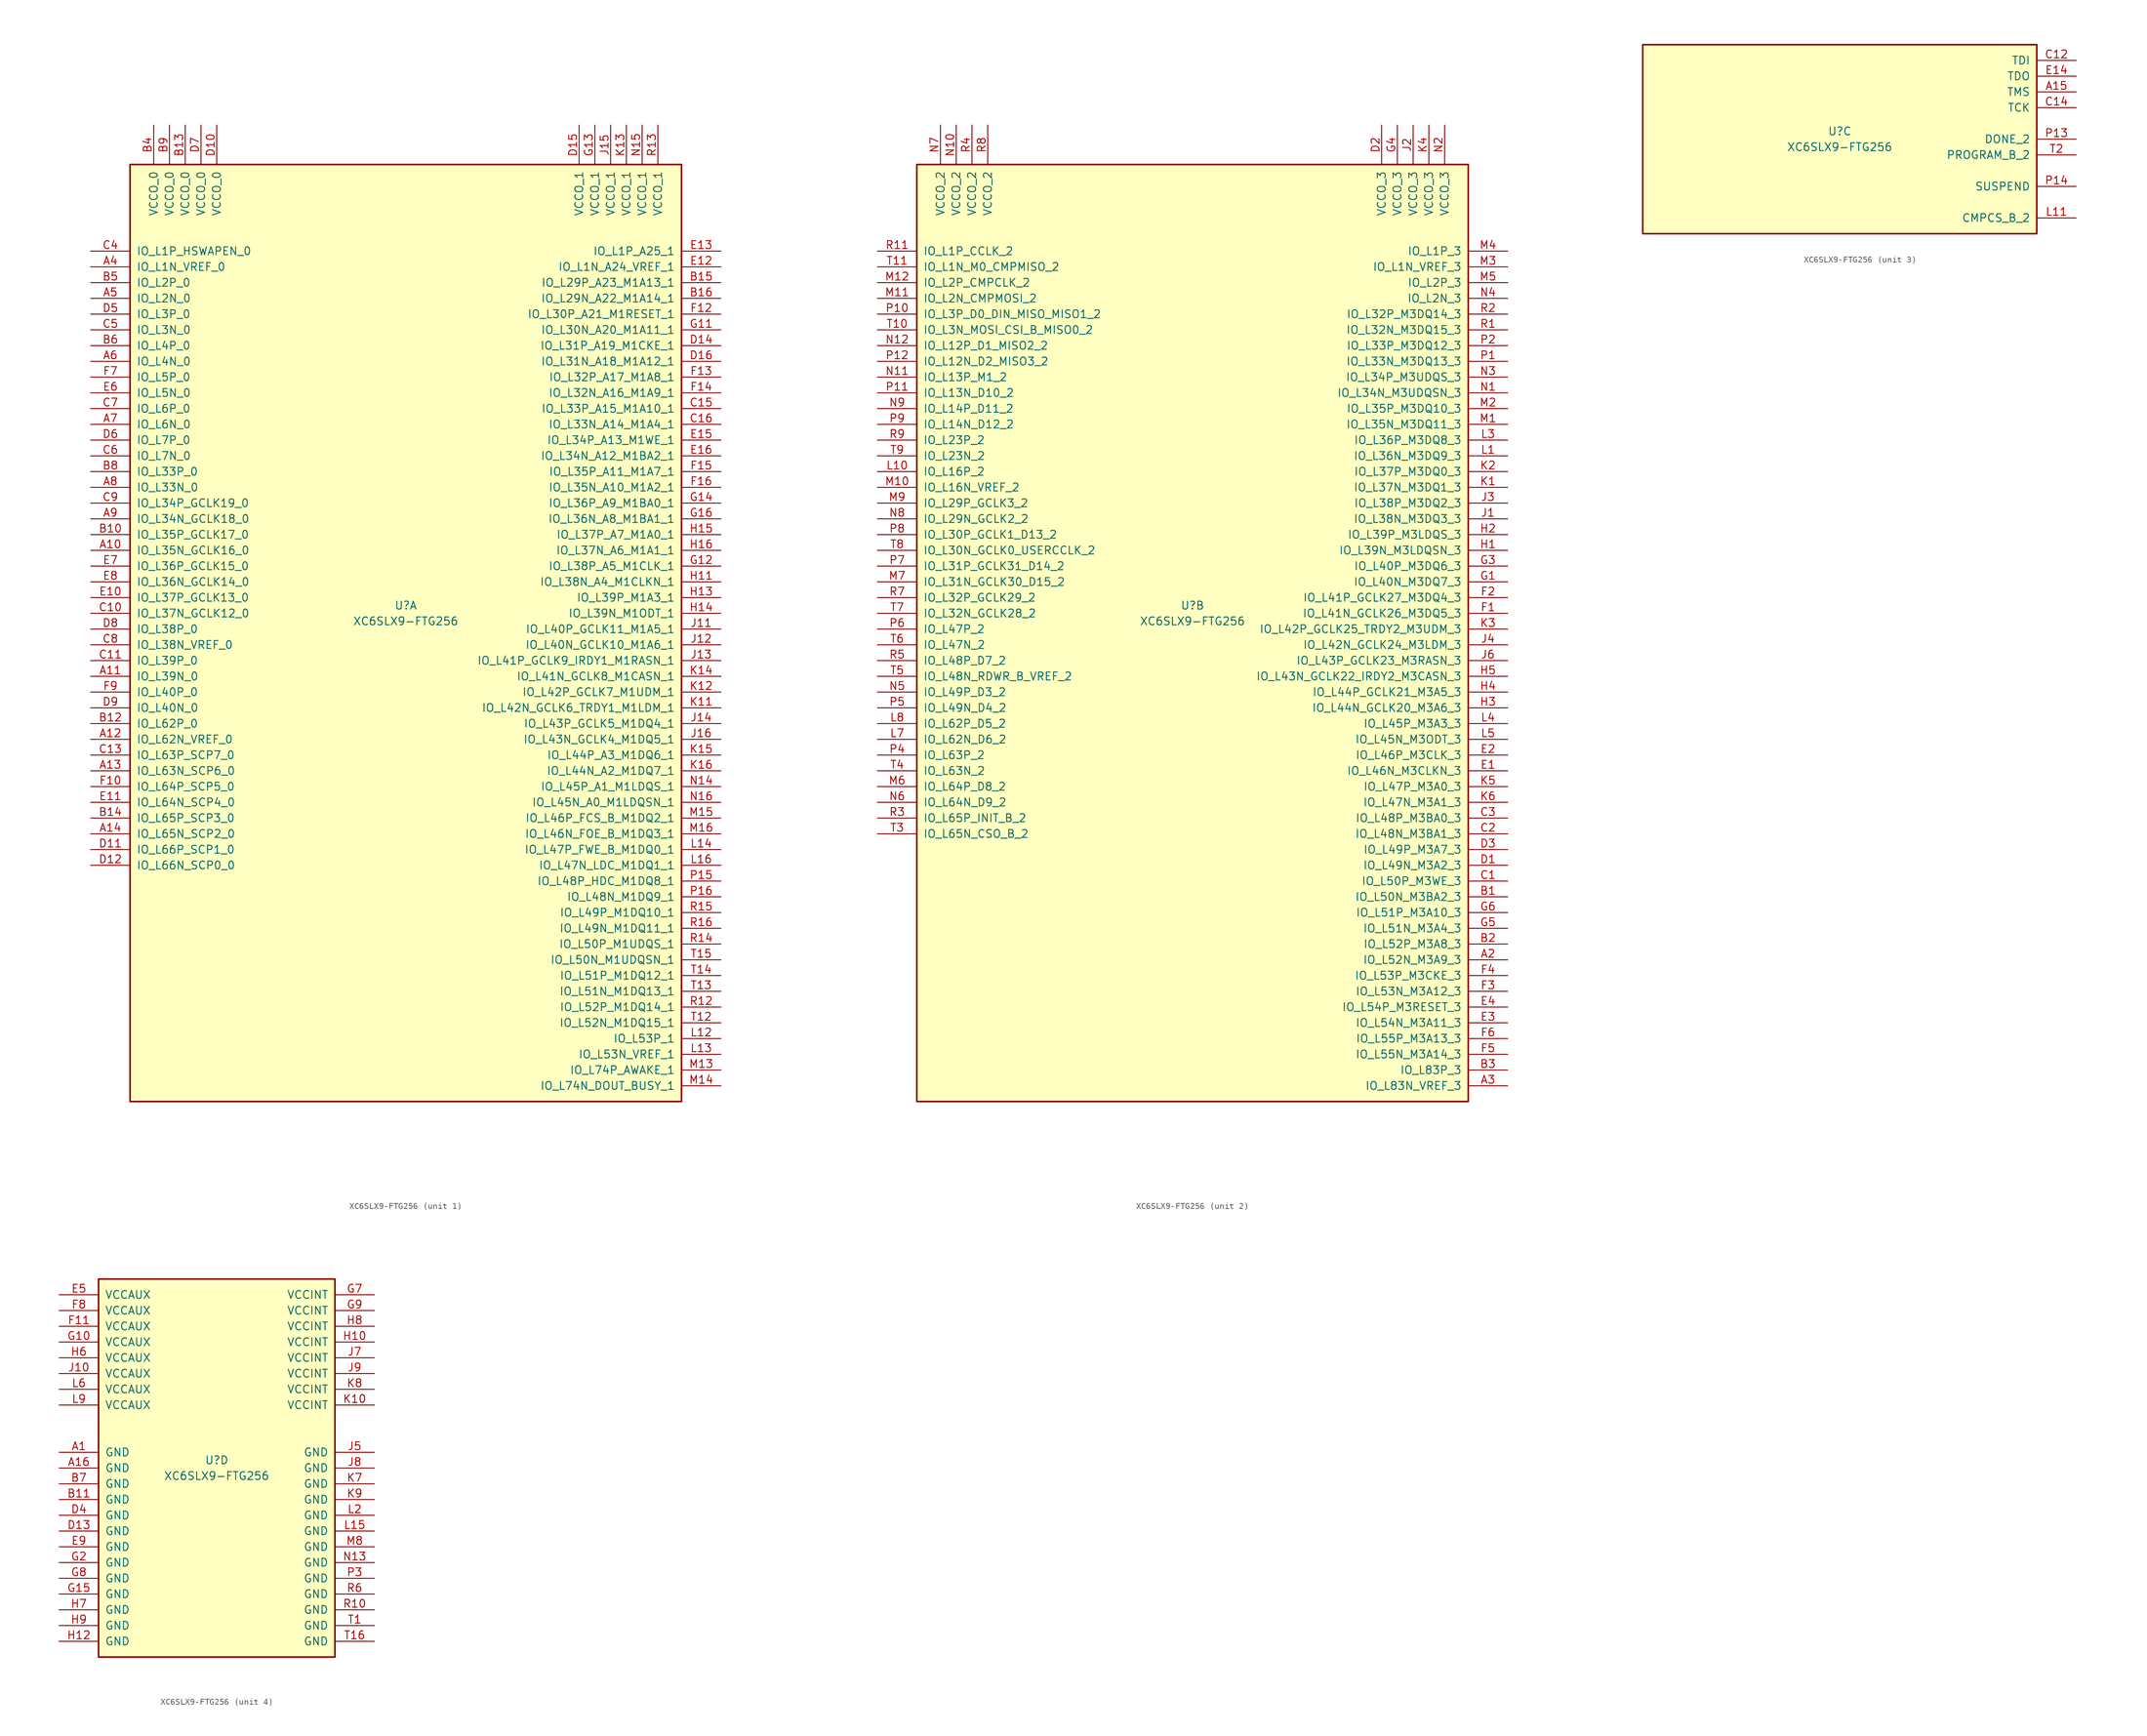
<source format=kicad_sym>
(kicad_symbol_lib
  (version 20201005)
  (generator kicad_symbol_editor)
  (symbol "FPGA_Xilinx_Spartan6:XC6SLX9-FTG256"
    (pin_names
      (offset 1.016))
    (property "Reference" "U"
      (at 0 1.27 0)
      (effects (font (size 1.27 1.27))))
    (property "Value" "XC6SLX9-FTG256"
      (at 0 -1.27 0)
      (effects (font (size 1.27 1.27))))
    (property "Datasheet" ""
      (at 0 0 0)
      (effects (font (size 1.27 1.27))))
    (property "ki_locked" ""
      (at 0 0 0)
      (effects (font (size 1.27 1.27))))
    (symbol "XC6SLX9-FTG256_1_1"
      (rectangle (start -44.45 72.39) (end 44.45 -78.74) (stroke (width 0.254)) (fill (type background)))
      (pin power_in line (at -40.64 78.74 270) (length 6.35) (name "VCCO_0" (effects (font (size 1.27 1.27)))) (number "B4" (effects (font (size 1.27 1.27)))))
      (pin power_in line (at -38.1 78.74 270) (length 6.35) (name "VCCO_0" (effects (font (size 1.27 1.27)))) (number "B9" (effects (font (size 1.27 1.27)))))
      (pin power_in line (at -35.56 78.74 270) (length 6.35) (name "VCCO_0" (effects (font (size 1.27 1.27)))) (number "B13" (effects (font (size 1.27 1.27)))))
      (pin power_in line (at -33.02 78.74 270) (length 6.35) (name "VCCO_0" (effects (font (size 1.27 1.27)))) (number "D7" (effects (font (size 1.27 1.27)))))
      (pin power_in line (at -30.48 78.74 270) (length 6.35) (name "VCCO_0" (effects (font (size 1.27 1.27)))) (number "D10" (effects (font (size 1.27 1.27)))))
      (pin bidirectional line (at -50.8 58.42 0) (length 6.35) (name "IO_L1P_HSWAPEN_0" (effects (font (size 1.27 1.27)))) (number "C4" (effects (font (size 1.27 1.27)))))
      (pin bidirectional line (at -50.8 55.88 0) (length 6.35) (name "IO_L1N_VREF_0" (effects (font (size 1.27 1.27)))) (number "A4" (effects (font (size 1.27 1.27)))))
      (pin bidirectional line (at -50.8 53.34 0) (length 6.35) (name "IO_L2P_0" (effects (font (size 1.27 1.27)))) (number "B5" (effects (font (size 1.27 1.27)))))
      (pin bidirectional line (at -50.8 50.8 0) (length 6.35) (name "IO_L2N_0" (effects (font (size 1.27 1.27)))) (number "A5" (effects (font (size 1.27 1.27)))))
      (pin bidirectional line (at -50.8 48.26 0) (length 6.35) (name "IO_L3P_0" (effects (font (size 1.27 1.27)))) (number "D5" (effects (font (size 1.27 1.27)))))
      (pin bidirectional line (at -50.8 45.72 0) (length 6.35) (name "IO_L3N_0" (effects (font (size 1.27 1.27)))) (number "C5" (effects (font (size 1.27 1.27)))))
      (pin bidirectional line (at -50.8 43.18 0) (length 6.35) (name "IO_L4P_0" (effects (font (size 1.27 1.27)))) (number "B6" (effects (font (size 1.27 1.27)))))
      (pin bidirectional line (at -50.8 40.64 0) (length 6.35) (name "IO_L4N_0" (effects (font (size 1.27 1.27)))) (number "A6" (effects (font (size 1.27 1.27)))))
      (pin bidirectional line (at -50.8 38.1 0) (length 6.35) (name "IO_L5P_0" (effects (font (size 1.27 1.27)))) (number "F7" (effects (font (size 1.27 1.27)))))
      (pin bidirectional line (at -50.8 35.56 0) (length 6.35) (name "IO_L5N_0" (effects (font (size 1.27 1.27)))) (number "E6" (effects (font (size 1.27 1.27)))))
      (pin bidirectional line (at -50.8 33.02 0) (length 6.35) (name "IO_L6P_0" (effects (font (size 1.27 1.27)))) (number "C7" (effects (font (size 1.27 1.27)))))
      (pin bidirectional line (at -50.8 30.48 0) (length 6.35) (name "IO_L6N_0" (effects (font (size 1.27 1.27)))) (number "A7" (effects (font (size 1.27 1.27)))))
      (pin bidirectional line (at -50.8 27.94 0) (length 6.35) (name "IO_L7P_0" (effects (font (size 1.27 1.27)))) (number "D6" (effects (font (size 1.27 1.27)))))
      (pin bidirectional line (at -50.8 25.4 0) (length 6.35) (name "IO_L7N_0" (effects (font (size 1.27 1.27)))) (number "C6" (effects (font (size 1.27 1.27)))))
      (pin bidirectional line (at -50.8 22.86 0) (length 6.35) (name "IO_L33P_0" (effects (font (size 1.27 1.27)))) (number "B8" (effects (font (size 1.27 1.27)))))
      (pin bidirectional line (at -50.8 20.32 0) (length 6.35) (name "IO_L33N_0" (effects (font (size 1.27 1.27)))) (number "A8" (effects (font (size 1.27 1.27)))))
      (pin bidirectional line (at -50.8 17.78 0) (length 6.35) (name "IO_L34P_GCLK19_0" (effects (font (size 1.27 1.27)))) (number "C9" (effects (font (size 1.27 1.27)))))
      (pin bidirectional line (at -50.8 15.24 0) (length 6.35) (name "IO_L34N_GCLK18_0" (effects (font (size 1.27 1.27)))) (number "A9" (effects (font (size 1.27 1.27)))))
      (pin bidirectional line (at -50.8 12.7 0) (length 6.35) (name "IO_L35P_GCLK17_0" (effects (font (size 1.27 1.27)))) (number "B10" (effects (font (size 1.27 1.27)))))
      (pin bidirectional line (at -50.8 10.16 0) (length 6.35) (name "IO_L35N_GCLK16_0" (effects (font (size 1.27 1.27)))) (number "A10" (effects (font (size 1.27 1.27)))))
      (pin bidirectional line (at -50.8 7.62 0) (length 6.35) (name "IO_L36P_GCLK15_0" (effects (font (size 1.27 1.27)))) (number "E7" (effects (font (size 1.27 1.27)))))
      (pin bidirectional line (at -50.8 5.08 0) (length 6.35) (name "IO_L36N_GCLK14_0" (effects (font (size 1.27 1.27)))) (number "E8" (effects (font (size 1.27 1.27)))))
      (pin bidirectional line (at -50.8 2.54 0) (length 6.35) (name "IO_L37P_GCLK13_0" (effects (font (size 1.27 1.27)))) (number "E10" (effects (font (size 1.27 1.27)))))
      (pin bidirectional line (at -50.8 0 0) (length 6.35) (name "IO_L37N_GCLK12_0" (effects (font (size 1.27 1.27)))) (number "C10" (effects (font (size 1.27 1.27)))))
      (pin bidirectional line (at -50.8 -2.54 0) (length 6.35) (name "IO_L38P_0" (effects (font (size 1.27 1.27)))) (number "D8" (effects (font (size 1.27 1.27)))))
      (pin bidirectional line (at -50.8 -5.08 0) (length 6.35) (name "IO_L38N_VREF_0" (effects (font (size 1.27 1.27)))) (number "C8" (effects (font (size 1.27 1.27)))))
      (pin bidirectional line (at -50.8 -7.62 0) (length 6.35) (name "IO_L39P_0" (effects (font (size 1.27 1.27)))) (number "C11" (effects (font (size 1.27 1.27)))))
      (pin bidirectional line (at -50.8 -10.16 0) (length 6.35) (name "IO_L39N_0" (effects (font (size 1.27 1.27)))) (number "A11" (effects (font (size 1.27 1.27)))))
      (pin bidirectional line (at -50.8 -12.7 0) (length 6.35) (name "IO_L40P_0" (effects (font (size 1.27 1.27)))) (number "F9" (effects (font (size 1.27 1.27)))))
      (pin bidirectional line (at -50.8 -15.24 0) (length 6.35) (name "IO_L40N_0" (effects (font (size 1.27 1.27)))) (number "D9" (effects (font (size 1.27 1.27)))))
      (pin bidirectional line (at -50.8 -17.78 0) (length 6.35) (name "IO_L62P_0" (effects (font (size 1.27 1.27)))) (number "B12" (effects (font (size 1.27 1.27)))))
      (pin bidirectional line (at -50.8 -20.32 0) (length 6.35) (name "IO_L62N_VREF_0" (effects (font (size 1.27 1.27)))) (number "A12" (effects (font (size 1.27 1.27)))))
      (pin bidirectional line (at -50.8 -22.86 0) (length 6.35) (name "IO_L63P_SCP7_0" (effects (font (size 1.27 1.27)))) (number "C13" (effects (font (size 1.27 1.27)))))
      (pin bidirectional line (at -50.8 -25.4 0) (length 6.35) (name "IO_L63N_SCP6_0" (effects (font (size 1.27 1.27)))) (number "A13" (effects (font (size 1.27 1.27)))))
      (pin bidirectional line (at -50.8 -27.94 0) (length 6.35) (name "IO_L64P_SCP5_0" (effects (font (size 1.27 1.27)))) (number "F10" (effects (font (size 1.27 1.27)))))
      (pin bidirectional line (at -50.8 -30.48 0) (length 6.35) (name "IO_L64N_SCP4_0" (effects (font (size 1.27 1.27)))) (number "E11" (effects (font (size 1.27 1.27)))))
      (pin bidirectional line (at -50.8 -33.02 0) (length 6.35) (name "IO_L65P_SCP3_0" (effects (font (size 1.27 1.27)))) (number "B14" (effects (font (size 1.27 1.27)))))
      (pin bidirectional line (at -50.8 -35.56 0) (length 6.35) (name "IO_L65N_SCP2_0" (effects (font (size 1.27 1.27)))) (number "A14" (effects (font (size 1.27 1.27)))))
      (pin bidirectional line (at -50.8 -38.1 0) (length 6.35) (name "IO_L66P_SCP1_0" (effects (font (size 1.27 1.27)))) (number "D11" (effects (font (size 1.27 1.27)))))
      (pin bidirectional line (at -50.8 -40.64 0) (length 6.35) (name "IO_L66N_SCP0_0" (effects (font (size 1.27 1.27)))) (number "D12" (effects (font (size 1.27 1.27)))))
      (pin power_in line (at 27.94 78.74 270) (length 6.35) (name "VCCO_1" (effects (font (size 1.27 1.27)))) (number "D15" (effects (font (size 1.27 1.27)))))
      (pin power_in line (at 30.48 78.74 270) (length 6.35) (name "VCCO_1" (effects (font (size 1.27 1.27)))) (number "G13" (effects (font (size 1.27 1.27)))))
      (pin power_in line (at 33.02 78.74 270) (length 6.35) (name "VCCO_1" (effects (font (size 1.27 1.27)))) (number "J15" (effects (font (size 1.27 1.27)))))
      (pin power_in line (at 35.56 78.74 270) (length 6.35) (name "VCCO_1" (effects (font (size 1.27 1.27)))) (number "K13" (effects (font (size 1.27 1.27)))))
      (pin power_in line (at 38.1 78.74 270) (length 6.35) (name "VCCO_1" (effects (font (size 1.27 1.27)))) (number "N15" (effects (font (size 1.27 1.27)))))
      (pin power_in line (at 40.64 78.74 270) (length 6.35) (name "VCCO_1" (effects (font (size 1.27 1.27)))) (number "R13" (effects (font (size 1.27 1.27)))))
      (pin bidirectional line (at 50.8 58.42 180) (length 6.35) (name "IO_L1P_A25_1" (effects (font (size 1.27 1.27)))) (number "E13" (effects (font (size 1.27 1.27)))))
      (pin bidirectional line (at 50.8 55.88 180) (length 6.35) (name "IO_L1N_A24_VREF_1" (effects (font (size 1.27 1.27)))) (number "E12" (effects (font (size 1.27 1.27)))))
      (pin bidirectional line (at 50.8 53.34 180) (length 6.35) (name "IO_L29P_A23_M1A13_1" (effects (font (size 1.27 1.27)))) (number "B15" (effects (font (size 1.27 1.27)))))
      (pin bidirectional line (at 50.8 50.8 180) (length 6.35) (name "IO_L29N_A22_M1A14_1" (effects (font (size 1.27 1.27)))) (number "B16" (effects (font (size 1.27 1.27)))))
      (pin bidirectional line (at 50.8 48.26 180) (length 6.35) (name "IO_L30P_A21_M1RESET_1" (effects (font (size 1.27 1.27)))) (number "F12" (effects (font (size 1.27 1.27)))))
      (pin bidirectional line (at 50.8 45.72 180) (length 6.35) (name "IO_L30N_A20_M1A11_1" (effects (font (size 1.27 1.27)))) (number "G11" (effects (font (size 1.27 1.27)))))
      (pin bidirectional line (at 50.8 43.18 180) (length 6.35) (name "IO_L31P_A19_M1CKE_1" (effects (font (size 1.27 1.27)))) (number "D14" (effects (font (size 1.27 1.27)))))
      (pin bidirectional line (at 50.8 40.64 180) (length 6.35) (name "IO_L31N_A18_M1A12_1" (effects (font (size 1.27 1.27)))) (number "D16" (effects (font (size 1.27 1.27)))))
      (pin bidirectional line (at 50.8 38.1 180) (length 6.35) (name "IO_L32P_A17_M1A8_1" (effects (font (size 1.27 1.27)))) (number "F13" (effects (font (size 1.27 1.27)))))
      (pin bidirectional line (at 50.8 35.56 180) (length 6.35) (name "IO_L32N_A16_M1A9_1" (effects (font (size 1.27 1.27)))) (number "F14" (effects (font (size 1.27 1.27)))))
      (pin bidirectional line (at 50.8 33.02 180) (length 6.35) (name "IO_L33P_A15_M1A10_1" (effects (font (size 1.27 1.27)))) (number "C15" (effects (font (size 1.27 1.27)))))
      (pin bidirectional line (at 50.8 30.48 180) (length 6.35) (name "IO_L33N_A14_M1A4_1" (effects (font (size 1.27 1.27)))) (number "C16" (effects (font (size 1.27 1.27)))))
      (pin bidirectional line (at 50.8 27.94 180) (length 6.35) (name "IO_L34P_A13_M1WE_1" (effects (font (size 1.27 1.27)))) (number "E15" (effects (font (size 1.27 1.27)))))
      (pin bidirectional line (at 50.8 25.4 180) (length 6.35) (name "IO_L34N_A12_M1BA2_1" (effects (font (size 1.27 1.27)))) (number "E16" (effects (font (size 1.27 1.27)))))
      (pin bidirectional line (at 50.8 22.86 180) (length 6.35) (name "IO_L35P_A11_M1A7_1" (effects (font (size 1.27 1.27)))) (number "F15" (effects (font (size 1.27 1.27)))))
      (pin bidirectional line (at 50.8 20.32 180) (length 6.35) (name "IO_L35N_A10_M1A2_1" (effects (font (size 1.27 1.27)))) (number "F16" (effects (font (size 1.27 1.27)))))
      (pin bidirectional line (at 50.8 17.78 180) (length 6.35) (name "IO_L36P_A9_M1BA0_1" (effects (font (size 1.27 1.27)))) (number "G14" (effects (font (size 1.27 1.27)))))
      (pin bidirectional line (at 50.8 15.24 180) (length 6.35) (name "IO_L36N_A8_M1BA1_1" (effects (font (size 1.27 1.27)))) (number "G16" (effects (font (size 1.27 1.27)))))
      (pin bidirectional line (at 50.8 12.7 180) (length 6.35) (name "IO_L37P_A7_M1A0_1" (effects (font (size 1.27 1.27)))) (number "H15" (effects (font (size 1.27 1.27)))))
      (pin bidirectional line (at 50.8 10.16 180) (length 6.35) (name "IO_L37N_A6_M1A1_1" (effects (font (size 1.27 1.27)))) (number "H16" (effects (font (size 1.27 1.27)))))
      (pin bidirectional line (at 50.8 7.62 180) (length 6.35) (name "IO_L38P_A5_M1CLK_1" (effects (font (size 1.27 1.27)))) (number "G12" (effects (font (size 1.27 1.27)))))
      (pin bidirectional line (at 50.8 5.08 180) (length 6.35) (name "IO_L38N_A4_M1CLKN_1" (effects (font (size 1.27 1.27)))) (number "H11" (effects (font (size 1.27 1.27)))))
      (pin bidirectional line (at 50.8 2.54 180) (length 6.35) (name "IO_L39P_M1A3_1" (effects (font (size 1.27 1.27)))) (number "H13" (effects (font (size 1.27 1.27)))))
      (pin bidirectional line (at 50.8 0 180) (length 6.35) (name "IO_L39N_M1ODT_1" (effects (font (size 1.27 1.27)))) (number "H14" (effects (font (size 1.27 1.27)))))
      (pin bidirectional line (at 50.8 -2.54 180) (length 6.35) (name "IO_L40P_GCLK11_M1A5_1" (effects (font (size 1.27 1.27)))) (number "J11" (effects (font (size 1.27 1.27)))))
      (pin bidirectional line (at 50.8 -5.08 180) (length 6.35) (name "IO_L40N_GCLK10_M1A6_1" (effects (font (size 1.27 1.27)))) (number "J12" (effects (font (size 1.27 1.27)))))
      (pin bidirectional line (at 50.8 -7.62 180) (length 6.35) (name "IO_L41P_GCLK9_IRDY1_M1RASN_1" (effects (font (size 1.27 1.27)))) (number "J13" (effects (font (size 1.27 1.27)))))
      (pin bidirectional line (at 50.8 -10.16 180) (length 6.35) (name "IO_L41N_GCLK8_M1CASN_1" (effects (font (size 1.27 1.27)))) (number "K14" (effects (font (size 1.27 1.27)))))
      (pin bidirectional line (at 50.8 -12.7 180) (length 6.35) (name "IO_L42P_GCLK7_M1UDM_1" (effects (font (size 1.27 1.27)))) (number "K12" (effects (font (size 1.27 1.27)))))
      (pin bidirectional line (at 50.8 -15.24 180) (length 6.35) (name "IO_L42N_GCLK6_TRDY1_M1LDM_1" (effects (font (size 1.27 1.27)))) (number "K11" (effects (font (size 1.27 1.27)))))
      (pin bidirectional line (at 50.8 -17.78 180) (length 6.35) (name "IO_L43P_GCLK5_M1DQ4_1" (effects (font (size 1.27 1.27)))) (number "J14" (effects (font (size 1.27 1.27)))))
      (pin bidirectional line (at 50.8 -20.32 180) (length 6.35) (name "IO_L43N_GCLK4_M1DQ5_1" (effects (font (size 1.27 1.27)))) (number "J16" (effects (font (size 1.27 1.27)))))
      (pin bidirectional line (at 50.8 -22.86 180) (length 6.35) (name "IO_L44P_A3_M1DQ6_1" (effects (font (size 1.27 1.27)))) (number "K15" (effects (font (size 1.27 1.27)))))
      (pin bidirectional line (at 50.8 -25.4 180) (length 6.35) (name "IO_L44N_A2_M1DQ7_1" (effects (font (size 1.27 1.27)))) (number "K16" (effects (font (size 1.27 1.27)))))
      (pin bidirectional line (at 50.8 -27.94 180) (length 6.35) (name "IO_L45P_A1_M1LDQS_1" (effects (font (size 1.27 1.27)))) (number "N14" (effects (font (size 1.27 1.27)))))
      (pin bidirectional line (at 50.8 -30.48 180) (length 6.35) (name "IO_L45N_A0_M1LDQSN_1" (effects (font (size 1.27 1.27)))) (number "N16" (effects (font (size 1.27 1.27)))))
      (pin bidirectional line (at 50.8 -33.02 180) (length 6.35) (name "IO_L46P_FCS_B_M1DQ2_1" (effects (font (size 1.27 1.27)))) (number "M15" (effects (font (size 1.27 1.27)))))
      (pin bidirectional line (at 50.8 -35.56 180) (length 6.35) (name "IO_L46N_FOE_B_M1DQ3_1" (effects (font (size 1.27 1.27)))) (number "M16" (effects (font (size 1.27 1.27)))))
      (pin bidirectional line (at 50.8 -38.1 180) (length 6.35) (name "IO_L47P_FWE_B_M1DQ0_1" (effects (font (size 1.27 1.27)))) (number "L14" (effects (font (size 1.27 1.27)))))
      (pin bidirectional line (at 50.8 -40.64 180) (length 6.35) (name "IO_L47N_LDC_M1DQ1_1" (effects (font (size 1.27 1.27)))) (number "L16" (effects (font (size 1.27 1.27)))))
      (pin bidirectional line (at 50.8 -43.18 180) (length 6.35) (name "IO_L48P_HDC_M1DQ8_1" (effects (font (size 1.27 1.27)))) (number "P15" (effects (font (size 1.27 1.27)))))
      (pin bidirectional line (at 50.8 -45.72 180) (length 6.35) (name "IO_L48N_M1DQ9_1" (effects (font (size 1.27 1.27)))) (number "P16" (effects (font (size 1.27 1.27)))))
      (pin bidirectional line (at 50.8 -48.26 180) (length 6.35) (name "IO_L49P_M1DQ10_1" (effects (font (size 1.27 1.27)))) (number "R15" (effects (font (size 1.27 1.27)))))
      (pin bidirectional line (at 50.8 -50.8 180) (length 6.35) (name "IO_L49N_M1DQ11_1" (effects (font (size 1.27 1.27)))) (number "R16" (effects (font (size 1.27 1.27)))))
      (pin bidirectional line (at 50.8 -53.34 180) (length 6.35) (name "IO_L50P_M1UDQS_1" (effects (font (size 1.27 1.27)))) (number "R14" (effects (font (size 1.27 1.27)))))
      (pin bidirectional line (at 50.8 -55.88 180) (length 6.35) (name "IO_L50N_M1UDQSN_1" (effects (font (size 1.27 1.27)))) (number "T15" (effects (font (size 1.27 1.27)))))
      (pin bidirectional line (at 50.8 -58.42 180) (length 6.35) (name "IO_L51P_M1DQ12_1" (effects (font (size 1.27 1.27)))) (number "T14" (effects (font (size 1.27 1.27)))))
      (pin bidirectional line (at 50.8 -60.96 180) (length 6.35) (name "IO_L51N_M1DQ13_1" (effects (font (size 1.27 1.27)))) (number "T13" (effects (font (size 1.27 1.27)))))
      (pin bidirectional line (at 50.8 -63.5 180) (length 6.35) (name "IO_L52P_M1DQ14_1" (effects (font (size 1.27 1.27)))) (number "R12" (effects (font (size 1.27 1.27)))))
      (pin bidirectional line (at 50.8 -66.04 180) (length 6.35) (name "IO_L52N_M1DQ15_1" (effects (font (size 1.27 1.27)))) (number "T12" (effects (font (size 1.27 1.27)))))
      (pin bidirectional line (at 50.8 -68.58 180) (length 6.35) (name "IO_L53P_1" (effects (font (size 1.27 1.27)))) (number "L12" (effects (font (size 1.27 1.27)))))
      (pin bidirectional line (at 50.8 -71.12 180) (length 6.35) (name "IO_L53N_VREF_1" (effects (font (size 1.27 1.27)))) (number "L13" (effects (font (size 1.27 1.27)))))
      (pin bidirectional line (at 50.8 -73.66 180) (length 6.35) (name "IO_L74P_AWAKE_1" (effects (font (size 1.27 1.27)))) (number "M13" (effects (font (size 1.27 1.27)))))
      (pin bidirectional line (at 50.8 -76.2 180) (length 6.35) (name "IO_L74N_DOUT_BUSY_1" (effects (font (size 1.27 1.27)))) (number "M14" (effects (font (size 1.27 1.27))))))
    (symbol "XC6SLX9-FTG256_2_1"
      (rectangle (start -44.45 72.39) (end 44.45 -78.74) (stroke (width 0.254)) (fill (type background)))
      (pin power_in line (at -40.64 78.74 270) (length 6.35) (name "VCCO_2" (effects (font (size 1.27 1.27)))) (number "N7" (effects (font (size 1.27 1.27)))))
      (pin power_in line (at -38.1 78.74 270) (length 6.35) (name "VCCO_2" (effects (font (size 1.27 1.27)))) (number "N10" (effects (font (size 1.27 1.27)))))
      (pin power_in line (at -35.56 78.74 270) (length 6.35) (name "VCCO_2" (effects (font (size 1.27 1.27)))) (number "R4" (effects (font (size 1.27 1.27)))))
      (pin power_in line (at -33.02 78.74 270) (length 6.35) (name "VCCO_2" (effects (font (size 1.27 1.27)))) (number "R8" (effects (font (size 1.27 1.27)))))
      (pin bidirectional line (at -50.8 58.42 0) (length 6.35) (name "IO_L1P_CCLK_2" (effects (font (size 1.27 1.27)))) (number "R11" (effects (font (size 1.27 1.27)))))
      (pin bidirectional line (at -50.8 55.88 0) (length 6.35) (name "IO_L1N_M0_CMPMISO_2" (effects (font (size 1.27 1.27)))) (number "T11" (effects (font (size 1.27 1.27)))))
      (pin bidirectional line (at -50.8 53.34 0) (length 6.35) (name "IO_L2P_CMPCLK_2" (effects (font (size 1.27 1.27)))) (number "M12" (effects (font (size 1.27 1.27)))))
      (pin bidirectional line (at -50.8 50.8 0) (length 6.35) (name "IO_L2N_CMPMOSI_2" (effects (font (size 1.27 1.27)))) (number "M11" (effects (font (size 1.27 1.27)))))
      (pin bidirectional line (at -50.8 48.26 0) (length 6.35) (name "IO_L3P_D0_DIN_MISO_MISO1_2" (effects (font (size 1.27 1.27)))) (number "P10" (effects (font (size 1.27 1.27)))))
      (pin bidirectional line (at -50.8 45.72 0) (length 6.35) (name "IO_L3N_MOSI_CSI_B_MISO0_2" (effects (font (size 1.27 1.27)))) (number "T10" (effects (font (size 1.27 1.27)))))
      (pin bidirectional line (at -50.8 43.18 0) (length 6.35) (name "IO_L12P_D1_MISO2_2" (effects (font (size 1.27 1.27)))) (number "N12" (effects (font (size 1.27 1.27)))))
      (pin bidirectional line (at -50.8 40.64 0) (length 6.35) (name "IO_L12N_D2_MISO3_2" (effects (font (size 1.27 1.27)))) (number "P12" (effects (font (size 1.27 1.27)))))
      (pin bidirectional line (at -50.8 38.1 0) (length 6.35) (name "IO_L13P_M1_2" (effects (font (size 1.27 1.27)))) (number "N11" (effects (font (size 1.27 1.27)))))
      (pin bidirectional line (at -50.8 35.56 0) (length 6.35) (name "IO_L13N_D10_2" (effects (font (size 1.27 1.27)))) (number "P11" (effects (font (size 1.27 1.27)))))
      (pin bidirectional line (at -50.8 33.02 0) (length 6.35) (name "IO_L14P_D11_2" (effects (font (size 1.27 1.27)))) (number "N9" (effects (font (size 1.27 1.27)))))
      (pin bidirectional line (at -50.8 30.48 0) (length 6.35) (name "IO_L14N_D12_2" (effects (font (size 1.27 1.27)))) (number "P9" (effects (font (size 1.27 1.27)))))
      (pin bidirectional line (at -50.8 27.94 0) (length 6.35) (name "IO_L23P_2" (effects (font (size 1.27 1.27)))) (number "R9" (effects (font (size 1.27 1.27)))))
      (pin bidirectional line (at -50.8 25.4 0) (length 6.35) (name "IO_L23N_2" (effects (font (size 1.27 1.27)))) (number "T9" (effects (font (size 1.27 1.27)))))
      (pin bidirectional line (at -50.8 22.86 0) (length 6.35) (name "IO_L16P_2" (effects (font (size 1.27 1.27)))) (number "L10" (effects (font (size 1.27 1.27)))))
      (pin bidirectional line (at -50.8 20.32 0) (length 6.35) (name "IO_L16N_VREF_2" (effects (font (size 1.27 1.27)))) (number "M10" (effects (font (size 1.27 1.27)))))
      (pin bidirectional line (at -50.8 17.78 0) (length 6.35) (name "IO_L29P_GCLK3_2" (effects (font (size 1.27 1.27)))) (number "M9" (effects (font (size 1.27 1.27)))))
      (pin bidirectional line (at -50.8 15.24 0) (length 6.35) (name "IO_L29N_GCLK2_2" (effects (font (size 1.27 1.27)))) (number "N8" (effects (font (size 1.27 1.27)))))
      (pin bidirectional line (at -50.8 12.7 0) (length 6.35) (name "IO_L30P_GCLK1_D13_2" (effects (font (size 1.27 1.27)))) (number "P8" (effects (font (size 1.27 1.27)))))
      (pin bidirectional line (at -50.8 10.16 0) (length 6.35) (name "IO_L30N_GCLK0_USERCCLK_2" (effects (font (size 1.27 1.27)))) (number "T8" (effects (font (size 1.27 1.27)))))
      (pin bidirectional line (at -50.8 7.62 0) (length 6.35) (name "IO_L31P_GCLK31_D14_2" (effects (font (size 1.27 1.27)))) (number "P7" (effects (font (size 1.27 1.27)))))
      (pin bidirectional line (at -50.8 5.08 0) (length 6.35) (name "IO_L31N_GCLK30_D15_2" (effects (font (size 1.27 1.27)))) (number "M7" (effects (font (size 1.27 1.27)))))
      (pin bidirectional line (at -50.8 2.54 0) (length 6.35) (name "IO_L32P_GCLK29_2" (effects (font (size 1.27 1.27)))) (number "R7" (effects (font (size 1.27 1.27)))))
      (pin bidirectional line (at -50.8 0 0) (length 6.35) (name "IO_L32N_GCLK28_2" (effects (font (size 1.27 1.27)))) (number "T7" (effects (font (size 1.27 1.27)))))
      (pin bidirectional line (at -50.8 -2.54 0) (length 6.35) (name "IO_L47P_2" (effects (font (size 1.27 1.27)))) (number "P6" (effects (font (size 1.27 1.27)))))
      (pin bidirectional line (at -50.8 -5.08 0) (length 6.35) (name "IO_L47N_2" (effects (font (size 1.27 1.27)))) (number "T6" (effects (font (size 1.27 1.27)))))
      (pin bidirectional line (at -50.8 -7.62 0) (length 6.35) (name "IO_L48P_D7_2" (effects (font (size 1.27 1.27)))) (number "R5" (effects (font (size 1.27 1.27)))))
      (pin bidirectional line (at -50.8 -10.16 0) (length 6.35) (name "IO_L48N_RDWR_B_VREF_2" (effects (font (size 1.27 1.27)))) (number "T5" (effects (font (size 1.27 1.27)))))
      (pin bidirectional line (at -50.8 -12.7 0) (length 6.35) (name "IO_L49P_D3_2" (effects (font (size 1.27 1.27)))) (number "N5" (effects (font (size 1.27 1.27)))))
      (pin bidirectional line (at -50.8 -15.24 0) (length 6.35) (name "IO_L49N_D4_2" (effects (font (size 1.27 1.27)))) (number "P5" (effects (font (size 1.27 1.27)))))
      (pin bidirectional line (at -50.8 -17.78 0) (length 6.35) (name "IO_L62P_D5_2" (effects (font (size 1.27 1.27)))) (number "L8" (effects (font (size 1.27 1.27)))))
      (pin bidirectional line (at -50.8 -20.32 0) (length 6.35) (name "IO_L62N_D6_2" (effects (font (size 1.27 1.27)))) (number "L7" (effects (font (size 1.27 1.27)))))
      (pin bidirectional line (at -50.8 -22.86 0) (length 6.35) (name "IO_L63P_2" (effects (font (size 1.27 1.27)))) (number "P4" (effects (font (size 1.27 1.27)))))
      (pin bidirectional line (at -50.8 -25.4 0) (length 6.35) (name "IO_L63N_2" (effects (font (size 1.27 1.27)))) (number "T4" (effects (font (size 1.27 1.27)))))
      (pin bidirectional line (at -50.8 -27.94 0) (length 6.35) (name "IO_L64P_D8_2" (effects (font (size 1.27 1.27)))) (number "M6" (effects (font (size 1.27 1.27)))))
      (pin bidirectional line (at -50.8 -30.48 0) (length 6.35) (name "IO_L64N_D9_2" (effects (font (size 1.27 1.27)))) (number "N6" (effects (font (size 1.27 1.27)))))
      (pin bidirectional line (at -50.8 -33.02 0) (length 6.35) (name "IO_L65P_INIT_B_2" (effects (font (size 1.27 1.27)))) (number "R3" (effects (font (size 1.27 1.27)))))
      (pin bidirectional line (at -50.8 -35.56 0) (length 6.35) (name "IO_L65N_CSO_B_2" (effects (font (size 1.27 1.27)))) (number "T3" (effects (font (size 1.27 1.27)))))
      (pin power_in line (at 30.48 78.74 270) (length 6.35) (name "VCCO_3" (effects (font (size 1.27 1.27)))) (number "D2" (effects (font (size 1.27 1.27)))))
      (pin power_in line (at 33.02 78.74 270) (length 6.35) (name "VCCO_3" (effects (font (size 1.27 1.27)))) (number "G4" (effects (font (size 1.27 1.27)))))
      (pin power_in line (at 35.56 78.74 270) (length 6.35) (name "VCCO_3" (effects (font (size 1.27 1.27)))) (number "J2" (effects (font (size 1.27 1.27)))))
      (pin power_in line (at 38.1 78.74 270) (length 6.35) (name "VCCO_3" (effects (font (size 1.27 1.27)))) (number "K4" (effects (font (size 1.27 1.27)))))
      (pin power_in line (at 40.64 78.74 270) (length 6.35) (name "VCCO_3" (effects (font (size 1.27 1.27)))) (number "N2" (effects (font (size 1.27 1.27)))))
      (pin bidirectional line (at 50.8 58.42 180) (length 6.35) (name "IO_L1P_3" (effects (font (size 1.27 1.27)))) (number "M4" (effects (font (size 1.27 1.27)))))
      (pin bidirectional line (at 50.8 55.88 180) (length 6.35) (name "IO_L1N_VREF_3" (effects (font (size 1.27 1.27)))) (number "M3" (effects (font (size 1.27 1.27)))))
      (pin bidirectional line (at 50.8 53.34 180) (length 6.35) (name "IO_L2P_3" (effects (font (size 1.27 1.27)))) (number "M5" (effects (font (size 1.27 1.27)))))
      (pin bidirectional line (at 50.8 50.8 180) (length 6.35) (name "IO_L2N_3" (effects (font (size 1.27 1.27)))) (number "N4" (effects (font (size 1.27 1.27)))))
      (pin bidirectional line (at 50.8 48.26 180) (length 6.35) (name "IO_L32P_M3DQ14_3" (effects (font (size 1.27 1.27)))) (number "R2" (effects (font (size 1.27 1.27)))))
      (pin bidirectional line (at 50.8 45.72 180) (length 6.35) (name "IO_L32N_M3DQ15_3" (effects (font (size 1.27 1.27)))) (number "R1" (effects (font (size 1.27 1.27)))))
      (pin bidirectional line (at 50.8 43.18 180) (length 6.35) (name "IO_L33P_M3DQ12_3" (effects (font (size 1.27 1.27)))) (number "P2" (effects (font (size 1.27 1.27)))))
      (pin bidirectional line (at 50.8 40.64 180) (length 6.35) (name "IO_L33N_M3DQ13_3" (effects (font (size 1.27 1.27)))) (number "P1" (effects (font (size 1.27 1.27)))))
      (pin bidirectional line (at 50.8 38.1 180) (length 6.35) (name "IO_L34P_M3UDQS_3" (effects (font (size 1.27 1.27)))) (number "N3" (effects (font (size 1.27 1.27)))))
      (pin bidirectional line (at 50.8 35.56 180) (length 6.35) (name "IO_L34N_M3UDQSN_3" (effects (font (size 1.27 1.27)))) (number "N1" (effects (font (size 1.27 1.27)))))
      (pin bidirectional line (at 50.8 33.02 180) (length 6.35) (name "IO_L35P_M3DQ10_3" (effects (font (size 1.27 1.27)))) (number "M2" (effects (font (size 1.27 1.27)))))
      (pin bidirectional line (at 50.8 30.48 180) (length 6.35) (name "IO_L35N_M3DQ11_3" (effects (font (size 1.27 1.27)))) (number "M1" (effects (font (size 1.27 1.27)))))
      (pin bidirectional line (at 50.8 27.94 180) (length 6.35) (name "IO_L36P_M3DQ8_3" (effects (font (size 1.27 1.27)))) (number "L3" (effects (font (size 1.27 1.27)))))
      (pin bidirectional line (at 50.8 25.4 180) (length 6.35) (name "IO_L36N_M3DQ9_3" (effects (font (size 1.27 1.27)))) (number "L1" (effects (font (size 1.27 1.27)))))
      (pin bidirectional line (at 50.8 22.86 180) (length 6.35) (name "IO_L37P_M3DQ0_3" (effects (font (size 1.27 1.27)))) (number "K2" (effects (font (size 1.27 1.27)))))
      (pin bidirectional line (at 50.8 20.32 180) (length 6.35) (name "IO_L37N_M3DQ1_3" (effects (font (size 1.27 1.27)))) (number "K1" (effects (font (size 1.27 1.27)))))
      (pin bidirectional line (at 50.8 17.78 180) (length 6.35) (name "IO_L38P_M3DQ2_3" (effects (font (size 1.27 1.27)))) (number "J3" (effects (font (size 1.27 1.27)))))
      (pin bidirectional line (at 50.8 15.24 180) (length 6.35) (name "IO_L38N_M3DQ3_3" (effects (font (size 1.27 1.27)))) (number "J1" (effects (font (size 1.27 1.27)))))
      (pin bidirectional line (at 50.8 12.7 180) (length 6.35) (name "IO_L39P_M3LDQS_3" (effects (font (size 1.27 1.27)))) (number "H2" (effects (font (size 1.27 1.27)))))
      (pin bidirectional line (at 50.8 10.16 180) (length 6.35) (name "IO_L39N_M3LDQSN_3" (effects (font (size 1.27 1.27)))) (number "H1" (effects (font (size 1.27 1.27)))))
      (pin bidirectional line (at 50.8 7.62 180) (length 6.35) (name "IO_L40P_M3DQ6_3" (effects (font (size 1.27 1.27)))) (number "G3" (effects (font (size 1.27 1.27)))))
      (pin bidirectional line (at 50.8 5.08 180) (length 6.35) (name "IO_L40N_M3DQ7_3" (effects (font (size 1.27 1.27)))) (number "G1" (effects (font (size 1.27 1.27)))))
      (pin bidirectional line (at 50.8 2.54 180) (length 6.35) (name "IO_L41P_GCLK27_M3DQ4_3" (effects (font (size 1.27 1.27)))) (number "F2" (effects (font (size 1.27 1.27)))))
      (pin bidirectional line (at 50.8 0 180) (length 6.35) (name "IO_L41N_GCLK26_M3DQ5_3" (effects (font (size 1.27 1.27)))) (number "F1" (effects (font (size 1.27 1.27)))))
      (pin bidirectional line (at 50.8 -2.54 180) (length 6.35) (name "IO_L42P_GCLK25_TRDY2_M3UDM_3" (effects (font (size 1.27 1.27)))) (number "K3" (effects (font (size 1.27 1.27)))))
      (pin bidirectional line (at 50.8 -5.08 180) (length 6.35) (name "IO_L42N_GCLK24_M3LDM_3" (effects (font (size 1.27 1.27)))) (number "J4" (effects (font (size 1.27 1.27)))))
      (pin bidirectional line (at 50.8 -7.62 180) (length 6.35) (name "IO_L43P_GCLK23_M3RASN_3" (effects (font (size 1.27 1.27)))) (number "J6" (effects (font (size 1.27 1.27)))))
      (pin bidirectional line (at 50.8 -10.16 180) (length 6.35) (name "IO_L43N_GCLK22_IRDY2_M3CASN_3" (effects (font (size 1.27 1.27)))) (number "H5" (effects (font (size 1.27 1.27)))))
      (pin bidirectional line (at 50.8 -12.7 180) (length 6.35) (name "IO_L44P_GCLK21_M3A5_3" (effects (font (size 1.27 1.27)))) (number "H4" (effects (font (size 1.27 1.27)))))
      (pin bidirectional line (at 50.8 -15.24 180) (length 6.35) (name "IO_L44N_GCLK20_M3A6_3" (effects (font (size 1.27 1.27)))) (number "H3" (effects (font (size 1.27 1.27)))))
      (pin bidirectional line (at 50.8 -17.78 180) (length 6.35) (name "IO_L45P_M3A3_3" (effects (font (size 1.27 1.27)))) (number "L4" (effects (font (size 1.27 1.27)))))
      (pin bidirectional line (at 50.8 -20.32 180) (length 6.35) (name "IO_L45N_M3ODT_3" (effects (font (size 1.27 1.27)))) (number "L5" (effects (font (size 1.27 1.27)))))
      (pin bidirectional line (at 50.8 -22.86 180) (length 6.35) (name "IO_L46P_M3CLK_3" (effects (font (size 1.27 1.27)))) (number "E2" (effects (font (size 1.27 1.27)))))
      (pin bidirectional line (at 50.8 -25.4 180) (length 6.35) (name "IO_L46N_M3CLKN_3" (effects (font (size 1.27 1.27)))) (number "E1" (effects (font (size 1.27 1.27)))))
      (pin bidirectional line (at 50.8 -27.94 180) (length 6.35) (name "IO_L47P_M3A0_3" (effects (font (size 1.27 1.27)))) (number "K5" (effects (font (size 1.27 1.27)))))
      (pin bidirectional line (at 50.8 -30.48 180) (length 6.35) (name "IO_L47N_M3A1_3" (effects (font (size 1.27 1.27)))) (number "K6" (effects (font (size 1.27 1.27)))))
      (pin bidirectional line (at 50.8 -33.02 180) (length 6.35) (name "IO_L48P_M3BA0_3" (effects (font (size 1.27 1.27)))) (number "C3" (effects (font (size 1.27 1.27)))))
      (pin bidirectional line (at 50.8 -35.56 180) (length 6.35) (name "IO_L48N_M3BA1_3" (effects (font (size 1.27 1.27)))) (number "C2" (effects (font (size 1.27 1.27)))))
      (pin bidirectional line (at 50.8 -38.1 180) (length 6.35) (name "IO_L49P_M3A7_3" (effects (font (size 1.27 1.27)))) (number "D3" (effects (font (size 1.27 1.27)))))
      (pin bidirectional line (at 50.8 -40.64 180) (length 6.35) (name "IO_L49N_M3A2_3" (effects (font (size 1.27 1.27)))) (number "D1" (effects (font (size 1.27 1.27)))))
      (pin bidirectional line (at 50.8 -43.18 180) (length 6.35) (name "IO_L50P_M3WE_3" (effects (font (size 1.27 1.27)))) (number "C1" (effects (font (size 1.27 1.27)))))
      (pin bidirectional line (at 50.8 -45.72 180) (length 6.35) (name "IO_L50N_M3BA2_3" (effects (font (size 1.27 1.27)))) (number "B1" (effects (font (size 1.27 1.27)))))
      (pin bidirectional line (at 50.8 -48.26 180) (length 6.35) (name "IO_L51P_M3A10_3" (effects (font (size 1.27 1.27)))) (number "G6" (effects (font (size 1.27 1.27)))))
      (pin bidirectional line (at 50.8 -50.8 180) (length 6.35) (name "IO_L51N_M3A4_3" (effects (font (size 1.27 1.27)))) (number "G5" (effects (font (size 1.27 1.27)))))
      (pin bidirectional line (at 50.8 -53.34 180) (length 6.35) (name "IO_L52P_M3A8_3" (effects (font (size 1.27 1.27)))) (number "B2" (effects (font (size 1.27 1.27)))))
      (pin bidirectional line (at 50.8 -55.88 180) (length 6.35) (name "IO_L52N_M3A9_3" (effects (font (size 1.27 1.27)))) (number "A2" (effects (font (size 1.27 1.27)))))
      (pin bidirectional line (at 50.8 -58.42 180) (length 6.35) (name "IO_L53P_M3CKE_3" (effects (font (size 1.27 1.27)))) (number "F4" (effects (font (size 1.27 1.27)))))
      (pin bidirectional line (at 50.8 -60.96 180) (length 6.35) (name "IO_L53N_M3A12_3" (effects (font (size 1.27 1.27)))) (number "F3" (effects (font (size 1.27 1.27)))))
      (pin bidirectional line (at 50.8 -63.5 180) (length 6.35) (name "IO_L54P_M3RESET_3" (effects (font (size 1.27 1.27)))) (number "E4" (effects (font (size 1.27 1.27)))))
      (pin bidirectional line (at 50.8 -66.04 180) (length 6.35) (name "IO_L54N_M3A11_3" (effects (font (size 1.27 1.27)))) (number "E3" (effects (font (size 1.27 1.27)))))
      (pin bidirectional line (at 50.8 -68.58 180) (length 6.35) (name "IO_L55P_M3A13_3" (effects (font (size 1.27 1.27)))) (number "F6" (effects (font (size 1.27 1.27)))))
      (pin bidirectional line (at 50.8 -71.12 180) (length 6.35) (name "IO_L55N_M3A14_3" (effects (font (size 1.27 1.27)))) (number "F5" (effects (font (size 1.27 1.27)))))
      (pin bidirectional line (at 50.8 -73.66 180) (length 6.35) (name "IO_L83P_3" (effects (font (size 1.27 1.27)))) (number "B3" (effects (font (size 1.27 1.27)))))
      (pin bidirectional line (at 50.8 -76.2 180) (length 6.35) (name "IO_L83N_VREF_3" (effects (font (size 1.27 1.27)))) (number "A3" (effects (font (size 1.27 1.27))))))
    (symbol "XC6SLX9-FTG256_3_1"
      (rectangle (start -31.75 15.24) (end 31.75 -15.24) (stroke (width 0.254)) (fill (type background)))
      (pin bidirectional line (at 38.1 12.7 180) (length 6.35) (name "TDI" (effects (font (size 1.27 1.27)))) (number "C12" (effects (font (size 1.27 1.27)))))
      (pin bidirectional line (at 38.1 10.16 180) (length 6.35) (name "TDO" (effects (font (size 1.27 1.27)))) (number "E14" (effects (font (size 1.27 1.27)))))
      (pin bidirectional line (at 38.1 7.62 180) (length 6.35) (name "TMS" (effects (font (size 1.27 1.27)))) (number "A15" (effects (font (size 1.27 1.27)))))
      (pin bidirectional line (at 38.1 5.08 180) (length 6.35) (name "TCK" (effects (font (size 1.27 1.27)))) (number "C14" (effects (font (size 1.27 1.27)))))
      (pin bidirectional line (at 38.1 0 180) (length 6.35) (name "DONE_2" (effects (font (size 1.27 1.27)))) (number "P13" (effects (font (size 1.27 1.27)))))
      (pin bidirectional line (at 38.1 -2.54 180) (length 6.35) (name "PROGRAM_B_2" (effects (font (size 1.27 1.27)))) (number "T2" (effects (font (size 1.27 1.27)))))
      (pin bidirectional line (at 38.1 -7.62 180) (length 6.35) (name "SUSPEND" (effects (font (size 1.27 1.27)))) (number "P14" (effects (font (size 1.27 1.27)))))
      (pin bidirectional line (at 38.1 -12.7 180) (length 6.35) (name "CMPCS_B_2" (effects (font (size 1.27 1.27)))) (number "L11" (effects (font (size 1.27 1.27))))))
    (symbol "XC6SLX9-FTG256_4_1"
      (rectangle (start -19.05 30.48) (end 19.05 -30.48) (stroke (width 0.254)) (fill (type background)))
      (pin power_in line (at -25.4 27.94 0) (length 6.35) (name "VCCAUX" (effects (font (size 1.27 1.27)))) (number "E5" (effects (font (size 1.27 1.27)))))
      (pin power_in line (at -25.4 25.4 0) (length 6.35) (name "VCCAUX" (effects (font (size 1.27 1.27)))) (number "F8" (effects (font (size 1.27 1.27)))))
      (pin power_in line (at -25.4 22.86 0) (length 6.35) (name "VCCAUX" (effects (font (size 1.27 1.27)))) (number "F11" (effects (font (size 1.27 1.27)))))
      (pin power_in line (at -25.4 20.32 0) (length 6.35) (name "VCCAUX" (effects (font (size 1.27 1.27)))) (number "G10" (effects (font (size 1.27 1.27)))))
      (pin power_in line (at -25.4 17.78 0) (length 6.35) (name "VCCAUX" (effects (font (size 1.27 1.27)))) (number "H6" (effects (font (size 1.27 1.27)))))
      (pin power_in line (at -25.4 15.24 0) (length 6.35) (name "VCCAUX" (effects (font (size 1.27 1.27)))) (number "J10" (effects (font (size 1.27 1.27)))))
      (pin power_in line (at -25.4 12.7 0) (length 6.35) (name "VCCAUX" (effects (font (size 1.27 1.27)))) (number "L6" (effects (font (size 1.27 1.27)))))
      (pin power_in line (at -25.4 10.16 0) (length 6.35) (name "VCCAUX" (effects (font (size 1.27 1.27)))) (number "L9" (effects (font (size 1.27 1.27)))))
      (pin power_in line (at -25.4 2.54 0) (length 6.35) (name "GND" (effects (font (size 1.27 1.27)))) (number "A1" (effects (font (size 1.27 1.27)))))
      (pin power_in line (at -25.4 0 0) (length 6.35) (name "GND" (effects (font (size 1.27 1.27)))) (number "A16" (effects (font (size 1.27 1.27)))))
      (pin power_in line (at -25.4 -2.54 0) (length 6.35) (name "GND" (effects (font (size 1.27 1.27)))) (number "B7" (effects (font (size 1.27 1.27)))))
      (pin power_in line (at -25.4 -5.08 0) (length 6.35) (name "GND" (effects (font (size 1.27 1.27)))) (number "B11" (effects (font (size 1.27 1.27)))))
      (pin power_in line (at -25.4 -7.62 0) (length 6.35) (name "GND" (effects (font (size 1.27 1.27)))) (number "D4" (effects (font (size 1.27 1.27)))))
      (pin power_in line (at -25.4 -10.16 0) (length 6.35) (name "GND" (effects (font (size 1.27 1.27)))) (number "D13" (effects (font (size 1.27 1.27)))))
      (pin power_in line (at -25.4 -12.7 0) (length 6.35) (name "GND" (effects (font (size 1.27 1.27)))) (number "E9" (effects (font (size 1.27 1.27)))))
      (pin power_in line (at -25.4 -15.24 0) (length 6.35) (name "GND" (effects (font (size 1.27 1.27)))) (number "G2" (effects (font (size 1.27 1.27)))))
      (pin power_in line (at -25.4 -17.78 0) (length 6.35) (name "GND" (effects (font (size 1.27 1.27)))) (number "G8" (effects (font (size 1.27 1.27)))))
      (pin power_in line (at -25.4 -20.32 0) (length 6.35) (name "GND" (effects (font (size 1.27 1.27)))) (number "G15" (effects (font (size 1.27 1.27)))))
      (pin power_in line (at -25.4 -22.86 0) (length 6.35) (name "GND" (effects (font (size 1.27 1.27)))) (number "H7" (effects (font (size 1.27 1.27)))))
      (pin power_in line (at -25.4 -25.4 0) (length 6.35) (name "GND" (effects (font (size 1.27 1.27)))) (number "H9" (effects (font (size 1.27 1.27)))))
      (pin power_in line (at -25.4 -27.94 0) (length 6.35) (name "GND" (effects (font (size 1.27 1.27)))) (number "H12" (effects (font (size 1.27 1.27)))))
      (pin power_in line (at 25.4 27.94 180) (length 6.35) (name "VCCINT" (effects (font (size 1.27 1.27)))) (number "G7" (effects (font (size 1.27 1.27)))))
      (pin power_in line (at 25.4 25.4 180) (length 6.35) (name "VCCINT" (effects (font (size 1.27 1.27)))) (number "G9" (effects (font (size 1.27 1.27)))))
      (pin power_in line (at 25.4 22.86 180) (length 6.35) (name "VCCINT" (effects (font (size 1.27 1.27)))) (number "H8" (effects (font (size 1.27 1.27)))))
      (pin power_in line (at 25.4 20.32 180) (length 6.35) (name "VCCINT" (effects (font (size 1.27 1.27)))) (number "H10" (effects (font (size 1.27 1.27)))))
      (pin power_in line (at 25.4 17.78 180) (length 6.35) (name "VCCINT" (effects (font (size 1.27 1.27)))) (number "J7" (effects (font (size 1.27 1.27)))))
      (pin power_in line (at 25.4 15.24 180) (length 6.35) (name "VCCINT" (effects (font (size 1.27 1.27)))) (number "J9" (effects (font (size 1.27 1.27)))))
      (pin power_in line (at 25.4 12.7 180) (length 6.35) (name "VCCINT" (effects (font (size 1.27 1.27)))) (number "K8" (effects (font (size 1.27 1.27)))))
      (pin power_in line (at 25.4 10.16 180) (length 6.35) (name "VCCINT" (effects (font (size 1.27 1.27)))) (number "K10" (effects (font (size 1.27 1.27)))))
      (pin power_in line (at 25.4 2.54 180) (length 6.35) (name "GND" (effects (font (size 1.27 1.27)))) (number "J5" (effects (font (size 1.27 1.27)))))
      (pin power_in line (at 25.4 0 180) (length 6.35) (name "GND" (effects (font (size 1.27 1.27)))) (number "J8" (effects (font (size 1.27 1.27)))))
      (pin power_in line (at 25.4 -2.54 180) (length 6.35) (name "GND" (effects (font (size 1.27 1.27)))) (number "K7" (effects (font (size 1.27 1.27)))))
      (pin power_in line (at 25.4 -5.08 180) (length 6.35) (name "GND" (effects (font (size 1.27 1.27)))) (number "K9" (effects (font (size 1.27 1.27)))))
      (pin power_in line (at 25.4 -7.62 180) (length 6.35) (name "GND" (effects (font (size 1.27 1.27)))) (number "L2" (effects (font (size 1.27 1.27)))))
      (pin power_in line (at 25.4 -10.16 180) (length 6.35) (name "GND" (effects (font (size 1.27 1.27)))) (number "L15" (effects (font (size 1.27 1.27)))))
      (pin power_in line (at 25.4 -12.7 180) (length 6.35) (name "GND" (effects (font (size 1.27 1.27)))) (number "M8" (effects (font (size 1.27 1.27)))))
      (pin power_in line (at 25.4 -15.24 180) (length 6.35) (name "GND" (effects (font (size 1.27 1.27)))) (number "N13" (effects (font (size 1.27 1.27)))))
      (pin power_in line (at 25.4 -17.78 180) (length 6.35) (name "GND" (effects (font (size 1.27 1.27)))) (number "P3" (effects (font (size 1.27 1.27)))))
      (pin power_in line (at 25.4 -20.32 180) (length 6.35) (name "GND" (effects (font (size 1.27 1.27)))) (number "R6" (effects (font (size 1.27 1.27)))))
      (pin power_in line (at 25.4 -22.86 180) (length 6.35) (name "GND" (effects (font (size 1.27 1.27)))) (number "R10" (effects (font (size 1.27 1.27)))))
      (pin power_in line (at 25.4 -25.4 180) (length 6.35) (name "GND" (effects (font (size 1.27 1.27)))) (number "T1" (effects (font (size 1.27 1.27)))))
      (pin power_in line (at 25.4 -27.94 180) (length 6.35) (name "GND" (effects (font (size 1.27 1.27)))) (number "T16" (effects (font (size 1.27 1.27))))))))
</source>
